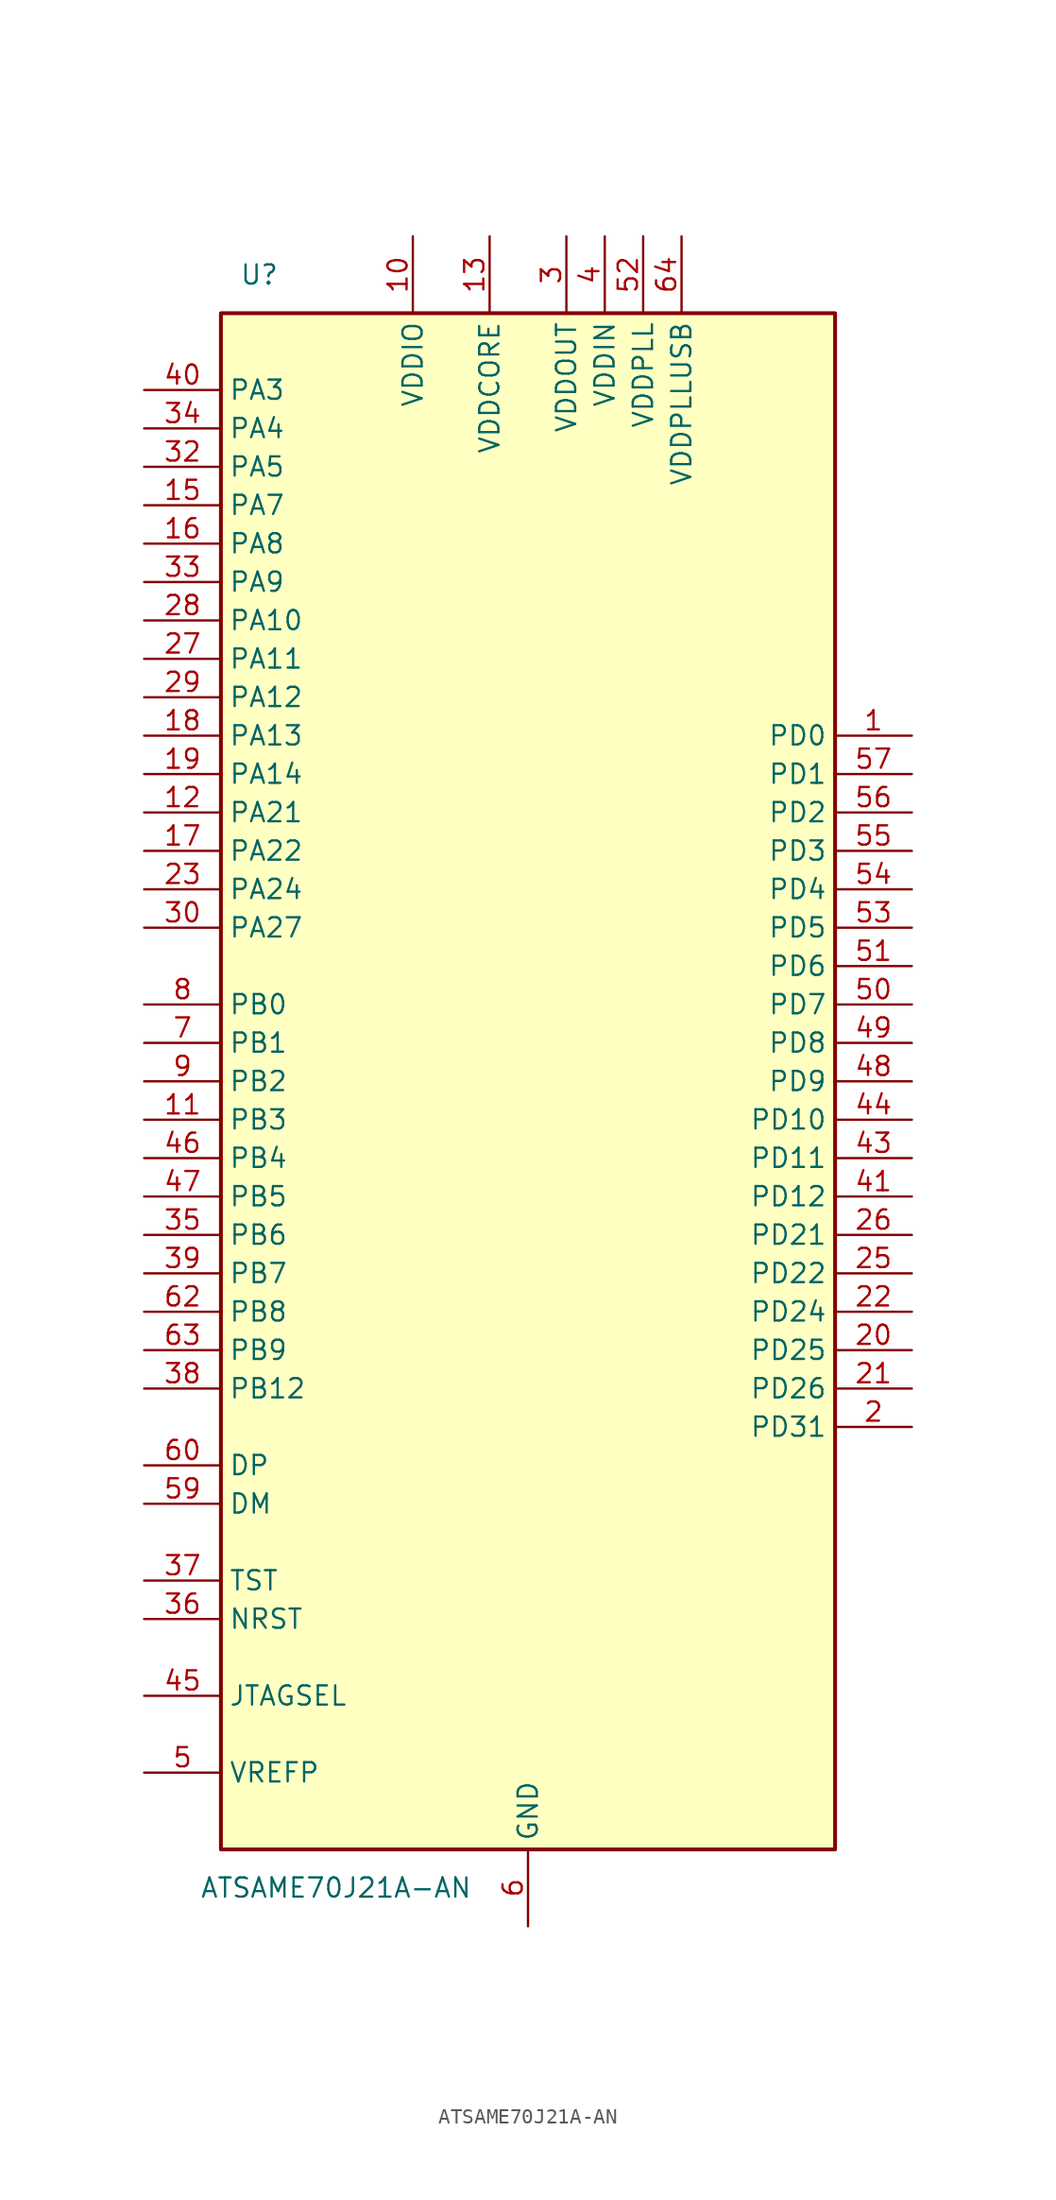
<source format=kicad_sym>
(kicad_symbol_lib
  (version 20231120)
  (generator "kicad_symbol_editor")
  (generator_version "8.0")
  (symbol "ATSAME70J21A-AN"
    (property "Reference" "U"
      (at -17.78 53.34 0)
      (effects (font (size 1.27 1.27))))
    (property "Value" "ATSAME70J21A-AN"
      (at -12.7 -53.34 0)
      (effects (font (size 1.27 1.27))))
    (symbol "ATSAME70J21A-AN_0_1"
      (rectangle (start -20.32 50.8) (end 20.32 -50.8) (stroke (width 0.254) (type default)) (fill (type background))))
    (symbol "ATSAME70J21A-AN_1_0"
      (pin power_in line (at 10.16 55.88 270) (length 5.08) (name "VDDPLLUSB" (effects (font (size 1.27 1.27)))) (number "64" (effects (font (size 1.27 1.27))))))
    (symbol "ATSAME70J21A-AN_1_1"
      (pin bidirectional line (at 25.4 22.86 180) (length 5.08) (name "PD0" (effects (font (size 1.27 1.27)))) (number "1" (effects (font (size 1.27 1.27)))))
      (pin power_in line (at -7.62 55.88 270) (length 5.08) (name "VDDIO" (effects (font (size 1.27 1.27)))) (number "10" (effects (font (size 1.27 1.27)))))
      (pin bidirectional line (at -25.4 -2.54 0) (length 5.08) (name "PB3" (effects (font (size 1.27 1.27)))) (number "11" (effects (font (size 1.27 1.27)))))
      (pin bidirectional line (at -25.4 17.78 0) (length 5.08) (name "PA21" (effects (font (size 1.27 1.27)))) (number "12" (effects (font (size 1.27 1.27)))))
      (pin power_in line (at -2.54 55.88 270) (length 5.08) (name "VDDCORE" (effects (font (size 1.27 1.27)))) (number "13" (effects (font (size 1.27 1.27)))))
      (pin passive line (at 0 -55.88 90) (length 5.08) hide (name "GND" (effects (font (size 1.27 1.27)))) (number "14" (effects (font (size 1.27 1.27)))))
      (pin bidirectional line (at -25.4 38.1 0) (length 5.08) (name "PA7" (effects (font (size 1.27 1.27)))) (number "15" (effects (font (size 1.27 1.27)))))
      (pin bidirectional line (at -25.4 35.56 0) (length 5.08) (name "PA8" (effects (font (size 1.27 1.27)))) (number "16" (effects (font (size 1.27 1.27)))))
      (pin bidirectional line (at -25.4 15.24 0) (length 5.08) (name "PA22" (effects (font (size 1.27 1.27)))) (number "17" (effects (font (size 1.27 1.27)))))
      (pin bidirectional line (at -25.4 22.86 0) (length 5.08) (name "PA13" (effects (font (size 1.27 1.27)))) (number "18" (effects (font (size 1.27 1.27)))))
      (pin bidirectional line (at -25.4 20.32 0) (length 5.08) (name "PA14" (effects (font (size 1.27 1.27)))) (number "19" (effects (font (size 1.27 1.27)))))
      (pin bidirectional line (at 25.4 -22.86 180) (length 5.08) (name "PD31" (effects (font (size 1.27 1.27)))) (number "2" (effects (font (size 1.27 1.27)))))
      (pin bidirectional line (at 25.4 -17.78 180) (length 5.08) (name "PD25" (effects (font (size 1.27 1.27)))) (number "20" (effects (font (size 1.27 1.27)))))
      (pin bidirectional line (at 25.4 -20.32 180) (length 5.08) (name "PD26" (effects (font (size 1.27 1.27)))) (number "21" (effects (font (size 1.27 1.27)))))
      (pin bidirectional line (at 25.4 -15.24 180) (length 5.08) (name "PD24" (effects (font (size 1.27 1.27)))) (number "22" (effects (font (size 1.27 1.27)))))
      (pin bidirectional line (at -25.4 12.7 0) (length 5.08) (name "PA24" (effects (font (size 1.27 1.27)))) (number "23" (effects (font (size 1.27 1.27)))))
      (pin passive line (at -2.54 55.88 270) (length 5.08) hide (name "VDDCORE" (effects (font (size 1.27 1.27)))) (number "24" (effects (font (size 1.27 1.27)))))
      (pin bidirectional line (at 25.4 -12.7 180) (length 5.08) (name "PD22" (effects (font (size 1.27 1.27)))) (number "25" (effects (font (size 1.27 1.27)))))
      (pin bidirectional line (at 25.4 -10.16 180) (length 5.08) (name "PD21" (effects (font (size 1.27 1.27)))) (number "26" (effects (font (size 1.27 1.27)))))
      (pin bidirectional line (at -25.4 27.94 0) (length 5.08) (name "PA11" (effects (font (size 1.27 1.27)))) (number "27" (effects (font (size 1.27 1.27)))))
      (pin bidirectional line (at -25.4 30.48 0) (length 5.08) (name "PA10" (effects (font (size 1.27 1.27)))) (number "28" (effects (font (size 1.27 1.27)))))
      (pin bidirectional line (at -25.4 25.4 0) (length 5.08) (name "PA12" (effects (font (size 1.27 1.27)))) (number "29" (effects (font (size 1.27 1.27)))))
      (pin power_out line (at 2.54 55.88 270) (length 5.08) (name "VDDOUT" (effects (font (size 1.27 1.27)))) (number "3" (effects (font (size 1.27 1.27)))))
      (pin bidirectional line (at -25.4 10.16 0) (length 5.08) (name "PA27" (effects (font (size 1.27 1.27)))) (number "30" (effects (font (size 1.27 1.27)))))
      (pin passive line (at 0 -55.88 90) (length 5.08) hide (name "GND" (effects (font (size 1.27 1.27)))) (number "31" (effects (font (size 1.27 1.27)))))
      (pin bidirectional line (at -25.4 40.64 0) (length 5.08) (name "PA5" (effects (font (size 1.27 1.27)))) (number "32" (effects (font (size 1.27 1.27)))))
      (pin bidirectional line (at -25.4 33.02 0) (length 5.08) (name "PA9" (effects (font (size 1.27 1.27)))) (number "33" (effects (font (size 1.27 1.27)))))
      (pin bidirectional line (at -25.4 43.18 0) (length 5.08) (name "PA4" (effects (font (size 1.27 1.27)))) (number "34" (effects (font (size 1.27 1.27)))))
      (pin bidirectional line (at -25.4 -10.16 0) (length 5.08) (name "PB6" (effects (font (size 1.27 1.27)))) (number "35" (effects (font (size 1.27 1.27)))))
      (pin bidirectional line (at -25.4 -35.56 0) (length 5.08) (name "NRST" (effects (font (size 1.27 1.27)))) (number "36" (effects (font (size 1.27 1.27)))))
      (pin input line (at -25.4 -33.02 0) (length 5.08) (name "TST" (effects (font (size 1.27 1.27)))) (number "37" (effects (font (size 1.27 1.27)))))
      (pin bidirectional line (at -25.4 -20.32 0) (length 5.08) (name "PB12" (effects (font (size 1.27 1.27)))) (number "38" (effects (font (size 1.27 1.27)))))
      (pin bidirectional line (at -25.4 -12.7 0) (length 5.08) (name "PB7" (effects (font (size 1.27 1.27)))) (number "39" (effects (font (size 1.27 1.27)))))
      (pin power_in line (at 5.08 55.88 270) (length 5.08) (name "VDDIN" (effects (font (size 1.27 1.27)))) (number "4" (effects (font (size 1.27 1.27)))))
      (pin bidirectional line (at -25.4 45.72 0) (length 5.08) (name "PA3" (effects (font (size 1.27 1.27)))) (number "40" (effects (font (size 1.27 1.27)))))
      (pin bidirectional line (at 25.4 -7.62 180) (length 5.08) (name "PD12" (effects (font (size 1.27 1.27)))) (number "41" (effects (font (size 1.27 1.27)))))
      (pin passive line (at -7.62 55.88 270) (length 5.08) hide (name "VDDIO" (effects (font (size 1.27 1.27)))) (number "42" (effects (font (size 1.27 1.27)))))
      (pin bidirectional line (at 25.4 -5.08 180) (length 5.08) (name "PD11" (effects (font (size 1.27 1.27)))) (number "43" (effects (font (size 1.27 1.27)))))
      (pin bidirectional line (at 25.4 -2.54 180) (length 5.08) (name "PD10" (effects (font (size 1.27 1.27)))) (number "44" (effects (font (size 1.27 1.27)))))
      (pin input line (at -25.4 -40.64 0) (length 5.08) (name "JTAGSEL" (effects (font (size 1.27 1.27)))) (number "45" (effects (font (size 1.27 1.27)))))
      (pin bidirectional line (at -25.4 -5.08 0) (length 5.08) (name "PB4" (effects (font (size 1.27 1.27)))) (number "46" (effects (font (size 1.27 1.27)))))
      (pin bidirectional line (at -25.4 -7.62 0) (length 5.08) (name "PB5" (effects (font (size 1.27 1.27)))) (number "47" (effects (font (size 1.27 1.27)))))
      (pin bidirectional line (at 25.4 0 180) (length 5.08) (name "PD9" (effects (font (size 1.27 1.27)))) (number "48" (effects (font (size 1.27 1.27)))))
      (pin bidirectional line (at 25.4 2.54 180) (length 5.08) (name "PD8" (effects (font (size 1.27 1.27)))) (number "49" (effects (font (size 1.27 1.27)))))
      (pin input line (at -25.4 -45.72 0) (length 5.08) (name "VREFP" (effects (font (size 1.27 1.27)))) (number "5" (effects (font (size 1.27 1.27)))))
      (pin bidirectional line (at 25.4 5.08 180) (length 5.08) (name "PD7" (effects (font (size 1.27 1.27)))) (number "50" (effects (font (size 1.27 1.27)))))
      (pin bidirectional line (at 25.4 7.62 180) (length 5.08) (name "PD6" (effects (font (size 1.27 1.27)))) (number "51" (effects (font (size 1.27 1.27)))))
      (pin power_in line (at 7.62 55.88 270) (length 5.08) (name "VDDPLL" (effects (font (size 1.27 1.27)))) (number "52" (effects (font (size 1.27 1.27)))))
      (pin bidirectional line (at 25.4 10.16 180) (length 5.08) (name "PD5" (effects (font (size 1.27 1.27)))) (number "53" (effects (font (size 1.27 1.27)))))
      (pin bidirectional line (at 25.4 12.7 180) (length 5.08) (name "PD4" (effects (font (size 1.27 1.27)))) (number "54" (effects (font (size 1.27 1.27)))))
      (pin bidirectional line (at 25.4 15.24 180) (length 5.08) (name "PD3" (effects (font (size 1.27 1.27)))) (number "55" (effects (font (size 1.27 1.27)))))
      (pin bidirectional line (at 25.4 17.78 180) (length 5.08) (name "PD2" (effects (font (size 1.27 1.27)))) (number "56" (effects (font (size 1.27 1.27)))))
      (pin bidirectional line (at 25.4 20.32 180) (length 5.08) (name "PD1" (effects (font (size 1.27 1.27)))) (number "57" (effects (font (size 1.27 1.27)))))
      (pin passive line (at -7.62 55.88 270) (length 5.08) hide (name "VDDIO" (effects (font (size 1.27 1.27)))) (number "58" (effects (font (size 1.27 1.27)))))
      (pin bidirectional line (at -25.4 -27.94 0) (length 5.08) (name "DM" (effects (font (size 1.27 1.27)))) (number "59" (effects (font (size 1.27 1.27)))))
      (pin power_in line (at 0 -55.88 90) (length 5.08) (name "GND" (effects (font (size 1.27 1.27)))) (number "6" (effects (font (size 1.27 1.27)))))
      (pin bidirectional line (at -25.4 -25.4 0) (length 5.08) (name "DP" (effects (font (size 1.27 1.27)))) (number "60" (effects (font (size 1.27 1.27)))))
      (pin passive line (at -2.54 55.88 270) (length 5.08) hide (name "VDDCORE" (effects (font (size 1.27 1.27)))) (number "61" (effects (font (size 1.27 1.27)))))
      (pin bidirectional line (at -25.4 -15.24 0) (length 5.08) (name "PB8" (effects (font (size 1.27 1.27)))) (number "62" (effects (font (size 1.27 1.27)))))
      (pin bidirectional line (at -25.4 -17.78 0) (length 5.08) (name "PB9" (effects (font (size 1.27 1.27)))) (number "63" (effects (font (size 1.27 1.27)))))
      (pin bidirectional line (at -25.4 2.54 0) (length 5.08) (name "PB1" (effects (font (size 1.27 1.27)))) (number "7" (effects (font (size 1.27 1.27)))))
      (pin bidirectional line (at -25.4 5.08 0) (length 5.08) (name "PB0" (effects (font (size 1.27 1.27)))) (number "8" (effects (font (size 1.27 1.27)))))
      (pin bidirectional line (at -25.4 0 0) (length 5.08) (name "PB2" (effects (font (size 1.27 1.27)))) (number "9" (effects (font (size 1.27 1.27))))))))
</source>
